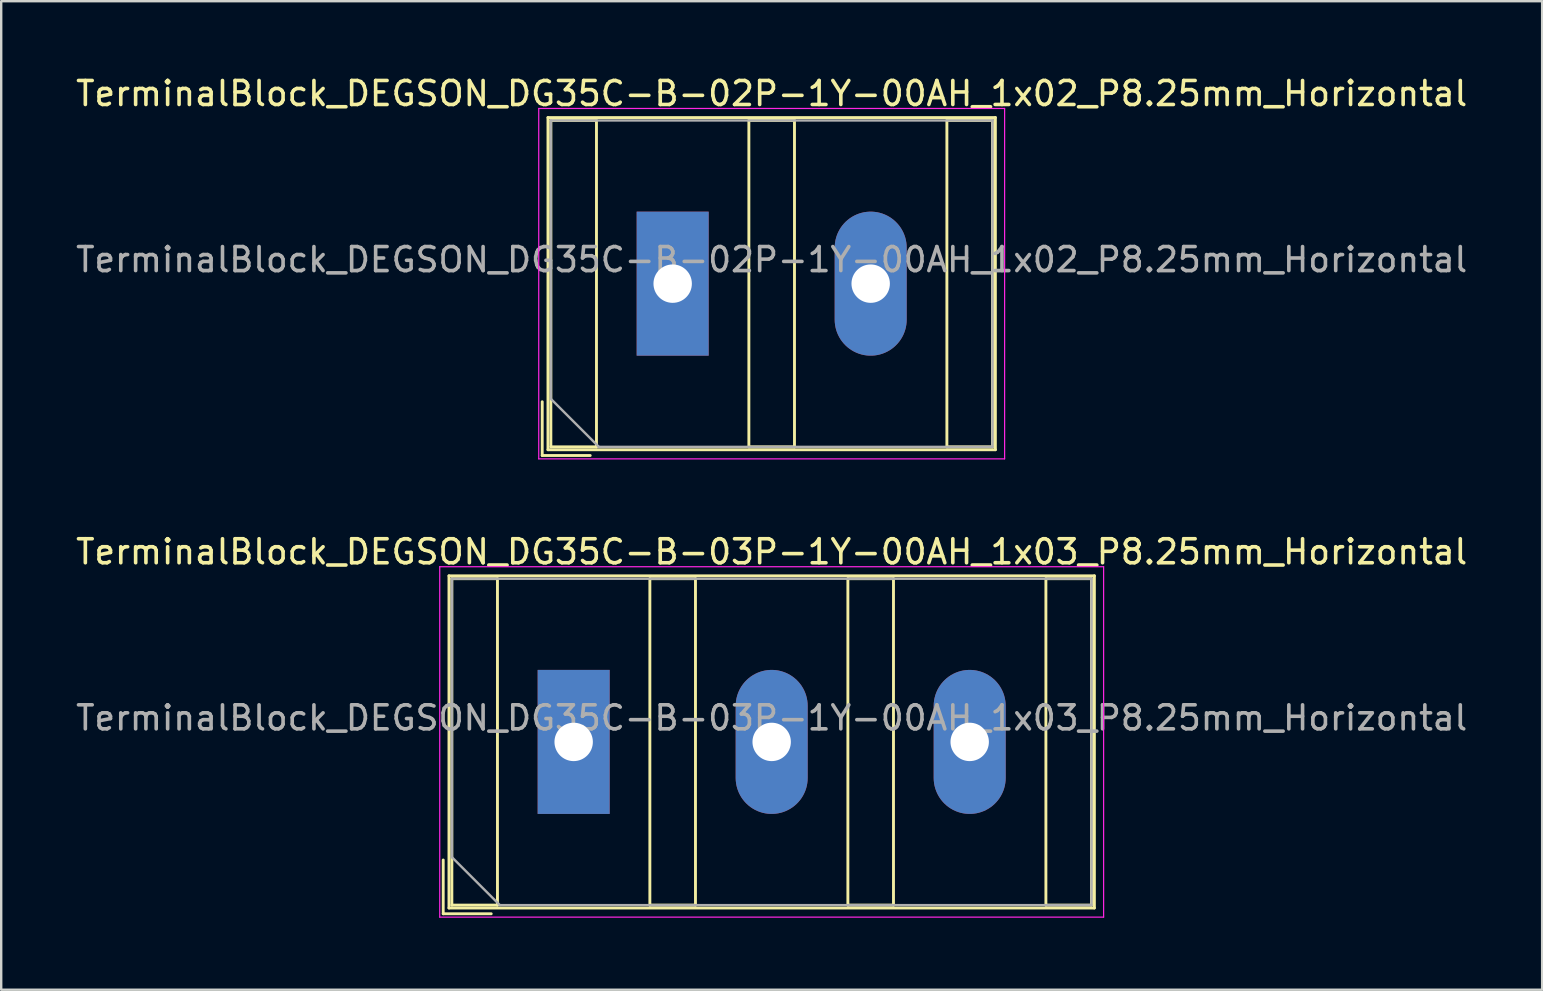
<source format=kicad_pcb>
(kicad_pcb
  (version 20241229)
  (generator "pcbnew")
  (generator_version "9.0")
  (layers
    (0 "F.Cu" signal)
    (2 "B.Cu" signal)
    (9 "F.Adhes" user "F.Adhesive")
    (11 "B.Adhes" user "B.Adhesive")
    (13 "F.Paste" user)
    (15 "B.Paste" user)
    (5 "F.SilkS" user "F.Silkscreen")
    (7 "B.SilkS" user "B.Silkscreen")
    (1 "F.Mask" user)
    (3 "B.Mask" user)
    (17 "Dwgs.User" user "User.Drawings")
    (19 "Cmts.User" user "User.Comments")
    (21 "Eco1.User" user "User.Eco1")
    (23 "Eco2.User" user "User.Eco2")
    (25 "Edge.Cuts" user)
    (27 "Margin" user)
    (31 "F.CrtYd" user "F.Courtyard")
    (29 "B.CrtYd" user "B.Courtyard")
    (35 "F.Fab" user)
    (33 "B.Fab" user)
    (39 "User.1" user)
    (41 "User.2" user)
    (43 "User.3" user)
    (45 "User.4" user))
  (footprint "TerminalBlock_DEGSON_DG35C-B-02P-1Y-00AH_1x02_P8.25mm_Horizontal"
    (layer "F.Cu")
    (at 24.976 8.768)
    (property "Reference" "TerminalBlock_DEGSON_DG35C-B-02P-1Y-00AH_1x02_P8.25mm_Horizontal" (at 4.125 -7.92 0) (layer "F.SilkS") (effects (font (size 1 1) (thickness 0.15))))
    (attr through_hole)
    (fp_line (start -1.98 -3.48) (end -1.98 3.48) (stroke (width 0.01) (type solid)) (layer "F.Mask"))
    (fp_line (start -1.98 3.48) (end 1.98 3.48) (stroke (width 0.01) (type solid)) (layer "F.Mask"))
    (fp_line (start 1.98 -3.48) (end -1.98 -3.48) (stroke (width 0.01) (type solid)) (layer "F.Mask"))
    (fp_line (start 1.98 3.48) (end 1.98 -3.48) (stroke (width 0.01) (type solid)) (layer "F.Mask"))
    (fp_line (start 6.27 -3.48) (end 6.27 3.48) (stroke (width 0.01) (type solid)) (layer "F.Mask"))
    (fp_line (start 6.27 3.48) (end 10.23 3.48) (stroke (width 0.01) (type solid)) (layer "F.Mask"))
    (fp_line (start 10.23 -3.48) (end 6.27 -3.48) (stroke (width 0.01) (type solid)) (layer "F.Mask"))
    (fp_line (start 10.23 3.48) (end 10.23 -3.48) (stroke (width 0.01) (type solid)) (layer "F.Mask"))
    (fp_line (start -5.435 4.92) (end -5.435 7.16) (stroke (width 0.12) (type solid)) (layer "F.SilkS"))
    (fp_line (start -5.435 7.16) (end -3.435 7.16) (stroke (width 0.12) (type solid)) (layer "F.SilkS"))
    (fp_line (start -5.195 -6.92) (end -5.195 6.92) (stroke (width 0.12) (type solid)) (layer "F.SilkS"))
    (fp_line (start -5.195 -6.92) (end 13.445 -6.92) (stroke (width 0.12) (type solid)) (layer "F.SilkS"))
    (fp_line (start -5.195 6.92) (end 13.445 6.92) (stroke (width 0.12) (type solid)) (layer "F.SilkS"))
    (fp_line (start -5.075 -6.8) (end -5.075 6.8) (stroke (width 0.12) (type solid)) (layer "F.SilkS"))
    (fp_line (start -5.075 6.8) (end -3.175 6.8) (stroke (width 0.12) (type solid)) (layer "F.SilkS"))
    (fp_line (start -3.175 -6.8) (end -5.075 -6.8) (stroke (width 0.12) (type solid)) (layer "F.SilkS"))
    (fp_line (start -3.175 6.8) (end -3.175 -6.8) (stroke (width 0.12) (type solid)) (layer "F.SilkS"))
    (fp_line (start 3.175 -6.8) (end 3.175 6.8) (stroke (width 0.12) (type solid)) (layer "F.SilkS"))
    (fp_line (start 3.175 6.8) (end 5.075 6.8) (stroke (width 0.12) (type solid)) (layer "F.SilkS"))
    (fp_line (start 5.075 -6.8) (end 3.175 -6.8) (stroke (width 0.12) (type solid)) (layer "F.SilkS"))
    (fp_line (start 5.075 6.8) (end 5.075 -6.8) (stroke (width 0.12) (type solid)) (layer "F.SilkS"))
    (fp_line (start 11.425 -6.8) (end 11.425 6.8) (stroke (width 0.12) (type solid)) (layer "F.SilkS"))
    (fp_line (start 11.425 6.8) (end 13.325 6.8) (stroke (width 0.12) (type solid)) (layer "F.SilkS"))
    (fp_line (start 13.325 -6.8) (end 11.425 -6.8) (stroke (width 0.12) (type solid)) (layer "F.SilkS"))
    (fp_line (start 13.325 6.8) (end 13.325 -6.8) (stroke (width 0.12) (type solid)) (layer "F.SilkS"))
    (fp_line (start 13.445 -6.92) (end 13.445 6.92) (stroke (width 0.12) (type solid)) (layer "F.SilkS"))
    (fp_line (start -5.58 -7.3) (end -5.58 7.3) (stroke (width 0.05) (type solid)) (layer "F.CrtYd"))
    (fp_line (start -5.58 7.3) (end 13.83 7.3) (stroke (width 0.05) (type solid)) (layer "F.CrtYd"))
    (fp_line (start 13.83 -7.3) (end -5.58 -7.3) (stroke (width 0.05) (type solid)) (layer "F.CrtYd"))
    (fp_line (start 13.83 7.3) (end 13.83 -7.3) (stroke (width 0.05) (type solid)) (layer "F.CrtYd"))
    (fp_line (start -5.075 -6.8) (end 13.325 -6.8) (stroke (width 0.1) (type solid)) (layer "F.Fab"))
    (fp_line (start -5.075 4.8) (end -5.075 -6.8) (stroke (width 0.1) (type solid)) (layer "F.Fab"))
    (fp_line (start -3.075 6.8) (end -5.075 4.8) (stroke (width 0.1) (type solid)) (layer "F.Fab"))
    (fp_line (start 13.325 -6.8) (end 13.325 6.8) (stroke (width 0.1) (type solid)) (layer "F.Fab"))
    (fp_line (start 13.325 6.8) (end -3.075 6.8) (stroke (width 0.1) (type solid)) (layer "F.Fab"))
    (fp_text user "${REFERENCE}" (at 4.125 -1 0) (layer "F.Fab") (effects (font (size 1 1) (thickness 0.15))))
    (pad "1" thru_hole rect (at 0 0) (size 3 6) (drill 1.6) (layers "*.Cu" "*.Mask"))
    (pad "2" thru_hole oval (at 8.25 0) (size 3 6) (drill 1.6) (layers "*.Cu" "*.Mask")))
  (footprint "TerminalBlock_DEGSON_DG35C-B-03P-1Y-00AH_1x03_P8.25mm_Horizontal"
    (layer "F.Cu")
    (at 20.851 27.861)
    (property "Reference" "TerminalBlock_DEGSON_DG35C-B-03P-1Y-00AH_1x03_P8.25mm_Horizontal" (at 8.25 -7.92 0) (layer "F.SilkS") (effects (font (size 1 1) (thickness 0.15))))
    (attr through_hole)
    (fp_line (start -1.98 -3.48) (end -1.98 3.48) (stroke (width 0.01) (type solid)) (layer "F.Mask"))
    (fp_line (start -1.98 3.48) (end 1.98 3.48) (stroke (width 0.01) (type solid)) (layer "F.Mask"))
    (fp_line (start 1.98 -3.48) (end -1.98 -3.48) (stroke (width 0.01) (type solid)) (layer "F.Mask"))
    (fp_line (start 1.98 3.48) (end 1.98 -3.48) (stroke (width 0.01) (type solid)) (layer "F.Mask"))
    (fp_line (start 6.27 -3.48) (end 6.27 3.48) (stroke (width 0.01) (type solid)) (layer "F.Mask"))
    (fp_line (start 6.27 3.48) (end 10.23 3.48) (stroke (width 0.01) (type solid)) (layer "F.Mask"))
    (fp_line (start 10.23 -3.48) (end 6.27 -3.48) (stroke (width 0.01) (type solid)) (layer "F.Mask"))
    (fp_line (start 10.23 3.48) (end 10.23 -3.48) (stroke (width 0.01) (type solid)) (layer "F.Mask"))
    (fp_line (start 14.52 -3.48) (end 14.52 3.48) (stroke (width 0.01) (type solid)) (layer "F.Mask"))
    (fp_line (start 14.52 3.48) (end 18.48 3.48) (stroke (width 0.01) (type solid)) (layer "F.Mask"))
    (fp_line (start 18.48 -3.48) (end 14.52 -3.48) (stroke (width 0.01) (type solid)) (layer "F.Mask"))
    (fp_line (start 18.48 3.48) (end 18.48 -3.48) (stroke (width 0.01) (type solid)) (layer "F.Mask"))
    (fp_line (start -5.435 4.92) (end -5.435 7.16) (stroke (width 0.12) (type solid)) (layer "F.SilkS"))
    (fp_line (start -5.435 7.16) (end -3.435 7.16) (stroke (width 0.12) (type solid)) (layer "F.SilkS"))
    (fp_line (start -5.195 -6.92) (end -5.195 6.92) (stroke (width 0.12) (type solid)) (layer "F.SilkS"))
    (fp_line (start -5.195 -6.92) (end 21.695 -6.92) (stroke (width 0.12) (type solid)) (layer "F.SilkS"))
    (fp_line (start -5.195 6.92) (end 21.695 6.92) (stroke (width 0.12) (type solid)) (layer "F.SilkS"))
    (fp_line (start -5.075 -6.8) (end -5.075 6.8) (stroke (width 0.12) (type solid)) (layer "F.SilkS"))
    (fp_line (start -5.075 6.8) (end -3.175 6.8) (stroke (width 0.12) (type solid)) (layer "F.SilkS"))
    (fp_line (start -3.175 -6.8) (end -5.075 -6.8) (stroke (width 0.12) (type solid)) (layer "F.SilkS"))
    (fp_line (start -3.175 6.8) (end -3.175 -6.8) (stroke (width 0.12) (type solid)) (layer "F.SilkS"))
    (fp_line (start 3.175 -6.8) (end 3.175 6.8) (stroke (width 0.12) (type solid)) (layer "F.SilkS"))
    (fp_line (start 3.175 6.8) (end 5.075 6.8) (stroke (width 0.12) (type solid)) (layer "F.SilkS"))
    (fp_line (start 5.075 -6.8) (end 3.175 -6.8) (stroke (width 0.12) (type solid)) (layer "F.SilkS"))
    (fp_line (start 5.075 6.8) (end 5.075 -6.8) (stroke (width 0.12) (type solid)) (layer "F.SilkS"))
    (fp_line (start 11.425 -6.8) (end 11.425 6.8) (stroke (width 0.12) (type solid)) (layer "F.SilkS"))
    (fp_line (start 11.425 6.8) (end 13.325 6.8) (stroke (width 0.12) (type solid)) (layer "F.SilkS"))
    (fp_line (start 13.325 -6.8) (end 11.425 -6.8) (stroke (width 0.12) (type solid)) (layer "F.SilkS"))
    (fp_line (start 13.325 6.8) (end 13.325 -6.8) (stroke (width 0.12) (type solid)) (layer "F.SilkS"))
    (fp_line (start 19.675 -6.8) (end 19.675 6.8) (stroke (width 0.12) (type solid)) (layer "F.SilkS"))
    (fp_line (start 19.675 6.8) (end 21.575 6.8) (stroke (width 0.12) (type solid)) (layer "F.SilkS"))
    (fp_line (start 21.575 -6.8) (end 19.675 -6.8) (stroke (width 0.12) (type solid)) (layer "F.SilkS"))
    (fp_line (start 21.575 6.8) (end 21.575 -6.8) (stroke (width 0.12) (type solid)) (layer "F.SilkS"))
    (fp_line (start 21.695 -6.92) (end 21.695 6.92) (stroke (width 0.12) (type solid)) (layer "F.SilkS"))
    (fp_line (start -5.58 -7.3) (end -5.58 7.3) (stroke (width 0.05) (type solid)) (layer "F.CrtYd"))
    (fp_line (start -5.58 7.3) (end 22.08 7.3) (stroke (width 0.05) (type solid)) (layer "F.CrtYd"))
    (fp_line (start 22.08 -7.3) (end -5.58 -7.3) (stroke (width 0.05) (type solid)) (layer "F.CrtYd"))
    (fp_line (start 22.08 7.3) (end 22.08 -7.3) (stroke (width 0.05) (type solid)) (layer "F.CrtYd"))
    (fp_line (start -5.075 -6.8) (end 21.575 -6.8) (stroke (width 0.1) (type solid)) (layer "F.Fab"))
    (fp_line (start -5.075 4.8) (end -5.075 -6.8) (stroke (width 0.1) (type solid)) (layer "F.Fab"))
    (fp_line (start -3.075 6.8) (end -5.075 4.8) (stroke (width 0.1) (type solid)) (layer "F.Fab"))
    (fp_line (start 21.575 -6.8) (end 21.575 6.8) (stroke (width 0.1) (type solid)) (layer "F.Fab"))
    (fp_line (start 21.575 6.8) (end -3.075 6.8) (stroke (width 0.1) (type solid)) (layer "F.Fab"))
    (fp_text user "${REFERENCE}" (at 8.25 -1 0) (layer "F.Fab") (effects (font (size 1 1) (thickness 0.15))))
    (pad "1" thru_hole rect (at 0 0) (size 3 6) (drill 1.6) (layers "*.Cu" "*.Mask"))
    (pad "2" thru_hole oval (at 8.25 0) (size 3 6) (drill 1.6) (layers "*.Cu" "*.Mask"))
    (pad "3" thru_hole oval (at 16.5 0) (size 3 6) (drill 1.6) (layers "*.Cu" "*.Mask")))
  (gr_rect
    (start -3 -3)
    (end 61.202 38.187)
    (stroke (width 0.1) (type default))
    (fill no)
    (layer "Edge.Cuts")))
</source>
